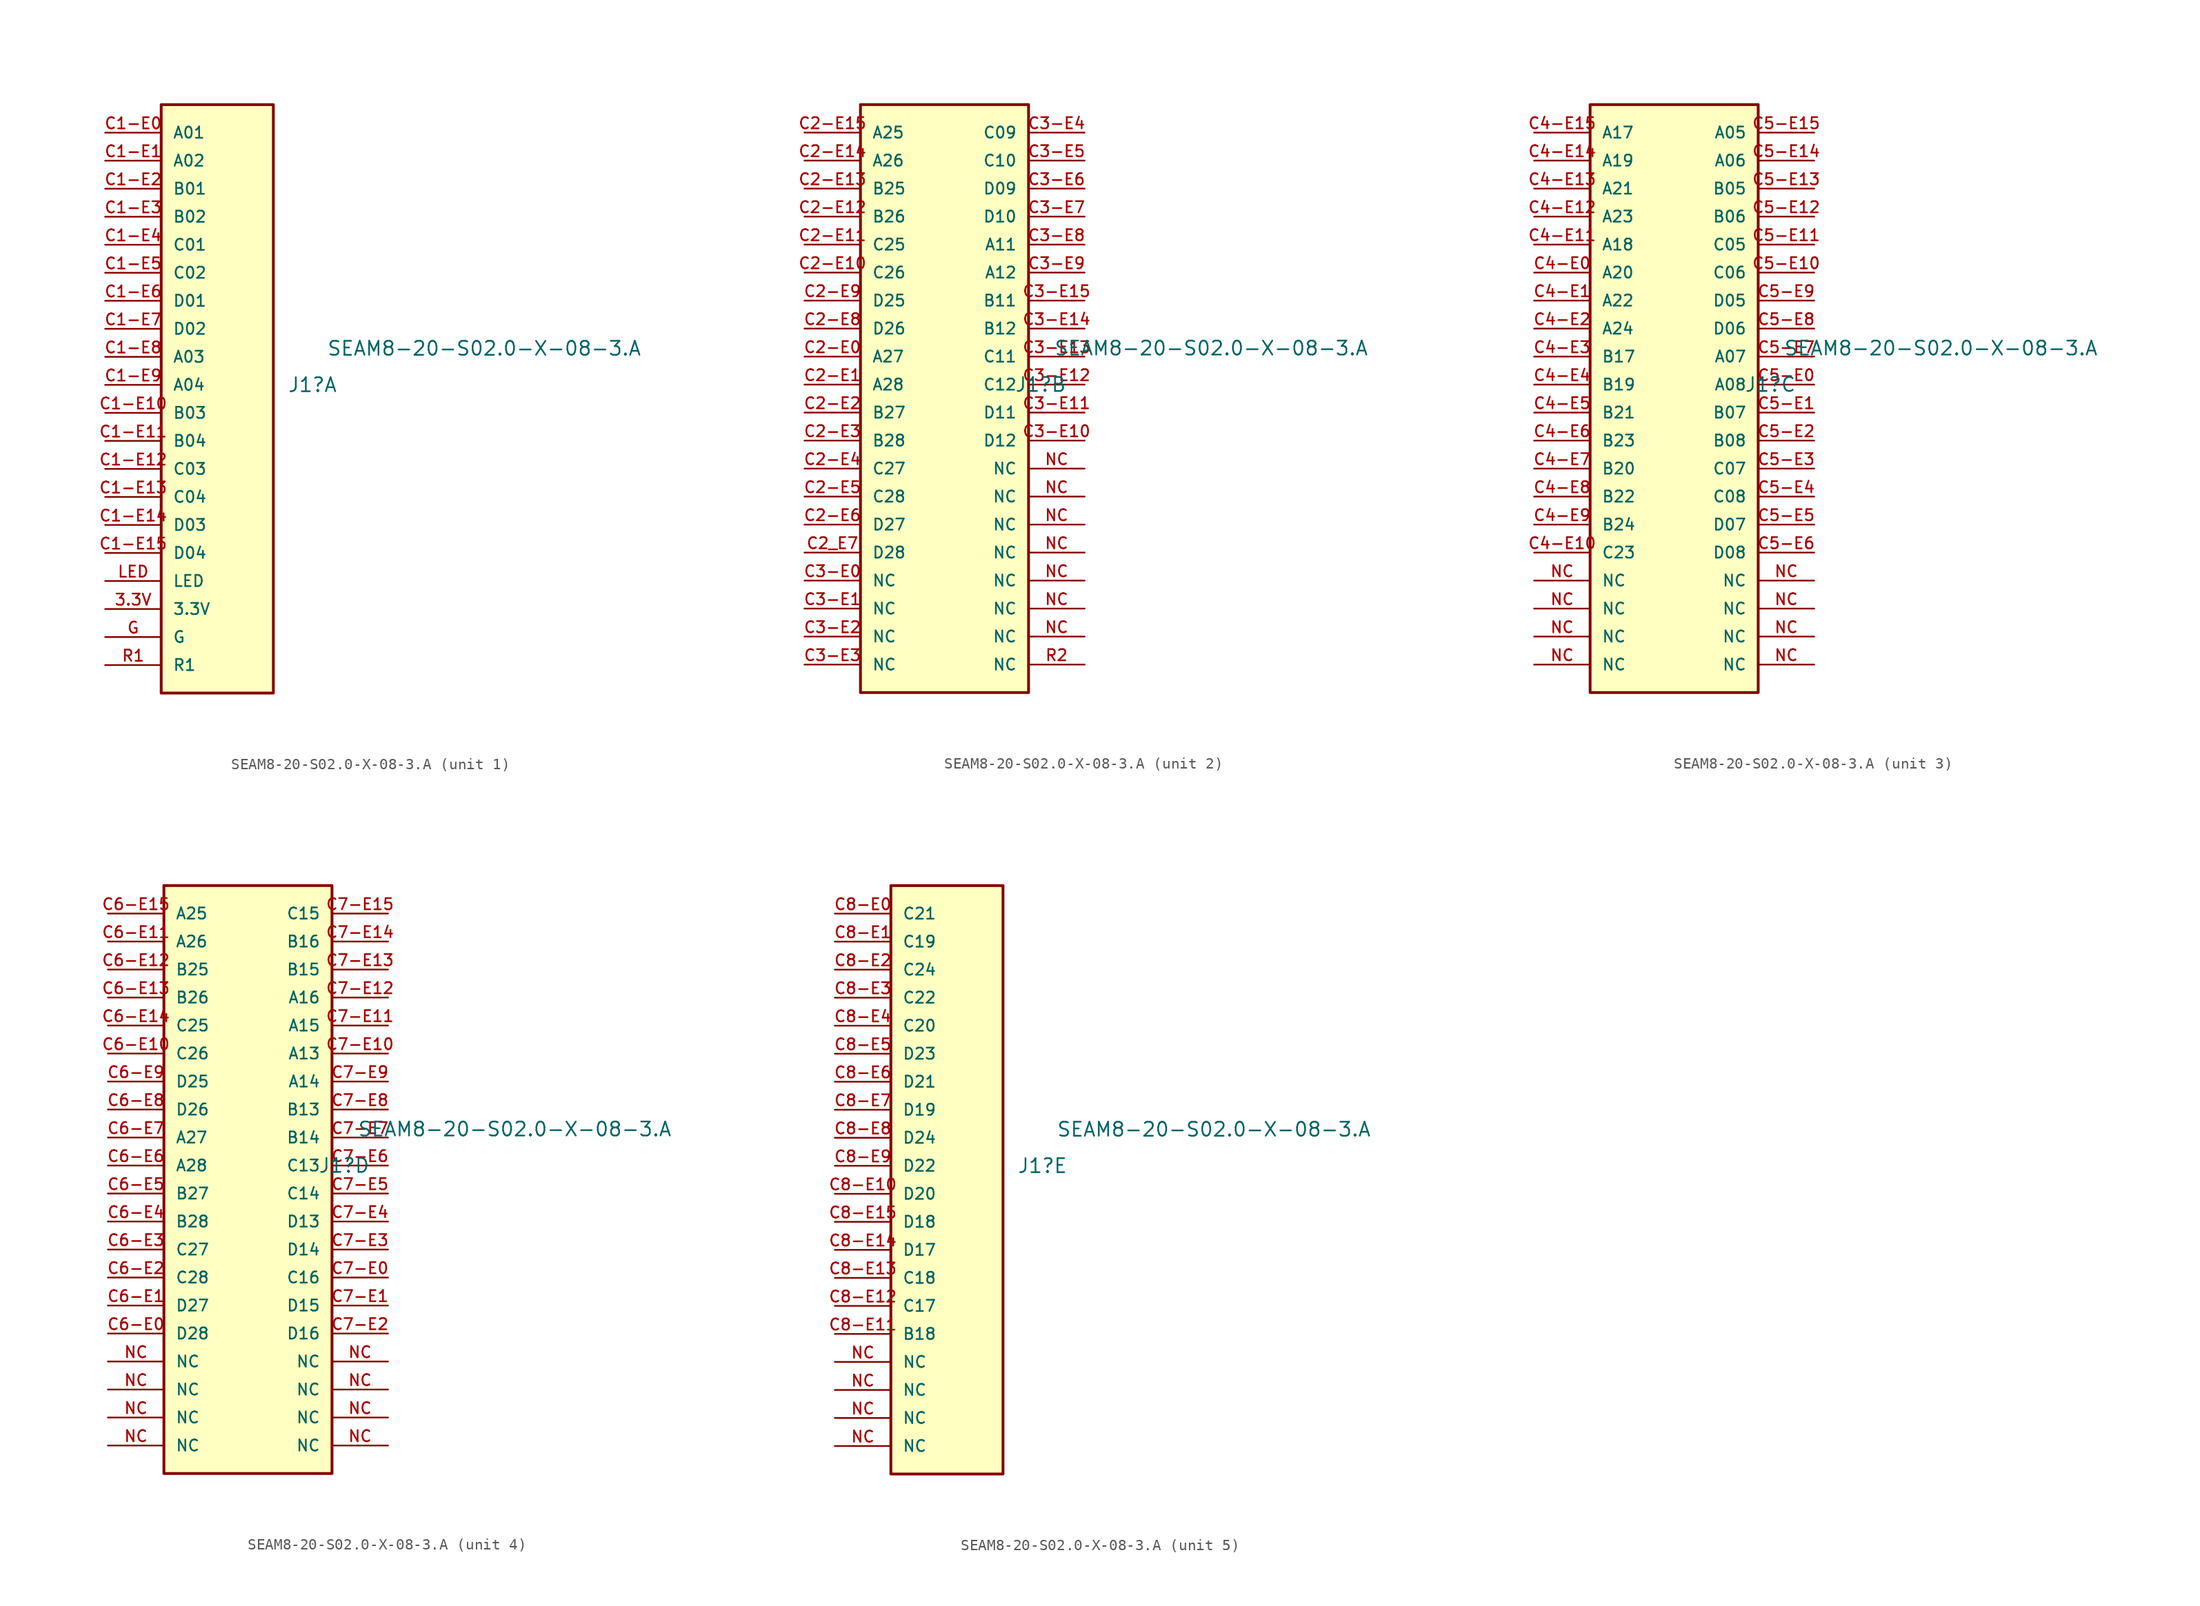
<source format=kicad_sym>
(kicad_symbol_lib
  (version 20241209)
  (generator "kicad_symbol_editor")
  (generator_version "9.0")
  (symbol "SEAM8-20-S02.0-X-08-3.A"
    (pin_names
      (offset 1.016))
    (property "Reference" "J1"
      (at 6.35 2.54 0)
      (effects (font (size 1.27 1.27)) (justify left)))
    (property "Value" "SEAM8-20-S02.0-X-08-3.A"
      (at 9.906 5.842 0)
      (effects (font (size 1.27 1.27)) (justify left)))
    (symbol "SEAM8-20-S02.0-X-08-3.A_1_0"
      (rectangle (start -5.08 27.94) (end 5.08 -25.4) (stroke (width 0.254) (type default)) (fill (type background)))
      (pin passive line (at -10.16 25.4 0) (length 5.08) (name "A01" (effects (font (size 1.016 1.016)))) (number "C1-E0" (effects (font (size 1.016 1.016)))))
      (pin passive line (at -10.16 22.86 0) (length 5.08) (name "A02" (effects (font (size 1.016 1.016)))) (number "C1-E1" (effects (font (size 1.016 1.016)))))
      (pin passive line (at -10.16 20.32 0) (length 5.08) (name "B01" (effects (font (size 1.016 1.016)))) (number "C1-E2" (effects (font (size 1.016 1.016)))))
      (pin passive line (at -10.16 17.78 0) (length 5.08) (name "B02" (effects (font (size 1.016 1.016)))) (number "C1-E3" (effects (font (size 1.016 1.016)))))
      (pin passive line (at -10.16 15.24 0) (length 5.08) (name "C01" (effects (font (size 1.016 1.016)))) (number "C1-E4" (effects (font (size 1.016 1.016)))))
      (pin passive line (at -10.16 12.7 0) (length 5.08) (name "C02" (effects (font (size 1.016 1.016)))) (number "C1-E5" (effects (font (size 1.016 1.016)))))
      (pin passive line (at -10.16 10.16 0) (length 5.08) (name "D01" (effects (font (size 1.016 1.016)))) (number "C1-E6" (effects (font (size 1.016 1.016)))))
      (pin passive line (at -10.16 7.62 0) (length 5.08) (name "D02" (effects (font (size 1.016 1.016)))) (number "C1-E7" (effects (font (size 1.016 1.016)))))
      (pin passive line (at -10.16 5.08 0) (length 5.08) (name "A03" (effects (font (size 1.016 1.016)))) (number "C1-E8" (effects (font (size 1.016 1.016)))))
      (pin passive line (at -10.16 2.54 0) (length 5.08) (name "A04" (effects (font (size 1.016 1.016)))) (number "C1-E9" (effects (font (size 1.016 1.016)))))
      (pin passive line (at -10.16 0 0) (length 5.08) (name "B03" (effects (font (size 1.016 1.016)))) (number "C1-E10" (effects (font (size 1.016 1.016)))))
      (pin passive line (at -10.16 -2.54 0) (length 5.08) (name "B04" (effects (font (size 1.016 1.016)))) (number "C1-E11" (effects (font (size 1.016 1.016)))))
      (pin passive line (at -10.16 -5.08 0) (length 5.08) (name "C03" (effects (font (size 1.016 1.016)))) (number "C1-E12" (effects (font (size 1.016 1.016)))))
      (pin passive line (at -10.16 -7.62 0) (length 5.08) (name "C04" (effects (font (size 1.016 1.016)))) (number "C1-E13" (effects (font (size 1.016 1.016)))))
      (pin passive line (at -10.16 -10.16 0) (length 5.08) (name "D03" (effects (font (size 1.016 1.016)))) (number "C1-E14" (effects (font (size 1.016 1.016)))))
      (pin passive line (at -10.16 -12.7 0) (length 5.08) (name "D04" (effects (font (size 1.016 1.016)))) (number "C1-E15" (effects (font (size 1.016 1.016)))))
      (pin passive line (at -10.16 -15.24 0) (length 5.08) (name "LED" (effects (font (size 1.016 1.016)))) (number "LED" (effects (font (size 1.016 1.016)))))
      (pin passive line (at -10.16 -17.78 0) (length 5.08) (name "3.3V" (effects (font (size 1.016 1.016)))) (number "3.3V" (effects (font (size 1.016 1.016)))))
      (pin passive line (at -10.16 -20.32 0) (length 5.08) (name "G" (effects (font (size 1.016 1.016)))) (number "G" (effects (font (size 1.016 1.016)))))
      (pin passive line (at -10.16 -22.86 0) (length 5.08) (name "R1" (effects (font (size 1.016 1.016)))) (number "R1" (effects (font (size 1.016 1.016))))))
    (symbol "SEAM8-20-S02.0-X-08-3.A_2_0"
      (rectangle (start -7.62 27.94) (end 7.62 -25.4) (stroke (width 0.254) (type default)) (fill (type background)))
      (pin passive line (at -12.7 25.4 0) (length 5.08) (name "A25" (effects (font (size 1.016 1.016)))) (number "C2-E15" (effects (font (size 1.016 1.016)))))
      (pin passive line (at -12.7 22.86 0) (length 5.08) (name "A26" (effects (font (size 1.016 1.016)))) (number "C2-E14" (effects (font (size 1.016 1.016)))))
      (pin passive line (at -12.7 20.32 0) (length 5.08) (name "B25" (effects (font (size 1.016 1.016)))) (number "C2-E13" (effects (font (size 1.016 1.016)))))
      (pin passive line (at -12.7 17.78 0) (length 5.08) (name "B26" (effects (font (size 1.016 1.016)))) (number "C2-E12" (effects (font (size 1.016 1.016)))))
      (pin passive line (at -12.7 15.24 0) (length 5.08) (name "C25" (effects (font (size 1.016 1.016)))) (number "C2-E11" (effects (font (size 1.016 1.016)))))
      (pin passive line (at -12.7 12.7 0) (length 5.08) (name "C26" (effects (font (size 1.016 1.016)))) (number "C2-E10" (effects (font (size 1.016 1.016)))))
      (pin passive line (at -12.7 10.16 0) (length 5.08) (name "D25" (effects (font (size 1.016 1.016)))) (number "C2-E9" (effects (font (size 1.016 1.016)))))
      (pin passive line (at -12.7 7.62 0) (length 5.08) (name "D26" (effects (font (size 1.016 1.016)))) (number "C2-E8" (effects (font (size 1.016 1.016)))))
      (pin passive line (at -12.7 5.08 0) (length 5.08) (name "A27" (effects (font (size 1.016 1.016)))) (number "C2-E0" (effects (font (size 1.016 1.016)))))
      (pin passive line (at -12.7 2.54 0) (length 5.08) (name "A28" (effects (font (size 1.016 1.016)))) (number "C2-E1" (effects (font (size 1.016 1.016)))))
      (pin passive line (at -12.7 0 0) (length 5.08) (name "B27" (effects (font (size 1.016 1.016)))) (number "C2-E2" (effects (font (size 1.016 1.016)))))
      (pin passive line (at -12.7 -2.54 0) (length 5.08) (name "B28" (effects (font (size 1.016 1.016)))) (number "C2-E3" (effects (font (size 1.016 1.016)))))
      (pin passive line (at -12.7 -5.08 0) (length 5.08) (name "C27" (effects (font (size 1.016 1.016)))) (number "C2-E4" (effects (font (size 1.016 1.016)))))
      (pin passive line (at -12.7 -7.62 0) (length 5.08) (name "C28" (effects (font (size 1.016 1.016)))) (number "C2-E5" (effects (font (size 1.016 1.016)))))
      (pin passive line (at -12.7 -10.16 0) (length 5.08) (name "D27" (effects (font (size 1.016 1.016)))) (number "C2-E6" (effects (font (size 1.016 1.016)))))
      (pin passive line (at -12.7 -12.7 0) (length 5.08) (name "D28" (effects (font (size 1.016 1.016)))) (number "C2_E7" (effects (font (size 1.016 1.016)))))
      (pin passive line (at -12.7 -15.24 0) (length 5.08) (name "NC" (effects (font (size 1.016 1.016)))) (number "C3-E0" (effects (font (size 1.016 1.016)))))
      (pin passive line (at -12.7 -17.78 0) (length 5.08) (name "NC" (effects (font (size 1.016 1.016)))) (number "C3-E1" (effects (font (size 1.016 1.016)))))
      (pin passive line (at -12.7 -20.32 0) (length 5.08) (name "NC" (effects (font (size 1.016 1.016)))) (number "C3-E2" (effects (font (size 1.016 1.016)))))
      (pin passive line (at -12.7 -22.86 0) (length 5.08) (name "NC" (effects (font (size 1.016 1.016)))) (number "C3-E3" (effects (font (size 1.016 1.016)))))
      (pin passive line (at 12.7 25.4 180) (length 5.08) (name "C09" (effects (font (size 1.016 1.016)))) (number "C3-E4" (effects (font (size 1.016 1.016)))))
      (pin passive line (at 12.7 22.86 180) (length 5.08) (name "C10" (effects (font (size 1.016 1.016)))) (number "C3-E5" (effects (font (size 1.016 1.016)))))
      (pin passive line (at 12.7 20.32 180) (length 5.08) (name "D09" (effects (font (size 1.016 1.016)))) (number "C3-E6" (effects (font (size 1.016 1.016)))))
      (pin passive line (at 12.7 17.78 180) (length 5.08) (name "D10" (effects (font (size 1.016 1.016)))) (number "C3-E7" (effects (font (size 1.016 1.016)))))
      (pin passive line (at 12.7 15.24 180) (length 5.08) (name "A11" (effects (font (size 1.016 1.016)))) (number "C3-E8" (effects (font (size 1.016 1.016)))))
      (pin passive line (at 12.7 12.7 180) (length 5.08) (name "A12" (effects (font (size 1.016 1.016)))) (number "C3-E9" (effects (font (size 1.016 1.016)))))
      (pin passive line (at 12.7 10.16 180) (length 5.08) (name "B11" (effects (font (size 1.016 1.016)))) (number "C3-E15" (effects (font (size 1.016 1.016)))))
      (pin passive line (at 12.7 7.62 180) (length 5.08) (name "B12" (effects (font (size 1.016 1.016)))) (number "C3-E14" (effects (font (size 1.016 1.016)))))
      (pin passive line (at 12.7 5.08 180) (length 5.08) (name "C11" (effects (font (size 1.016 1.016)))) (number "C3-E13" (effects (font (size 1.016 1.016)))))
      (pin passive line (at 12.7 2.54 180) (length 5.08) (name "C12" (effects (font (size 1.016 1.016)))) (number "C3-E12" (effects (font (size 1.016 1.016)))))
      (pin passive line (at 12.7 0 180) (length 5.08) (name "D11" (effects (font (size 1.016 1.016)))) (number "C3-E11" (effects (font (size 1.016 1.016)))))
      (pin passive line (at 12.7 -2.54 180) (length 5.08) (name "D12" (effects (font (size 1.016 1.016)))) (number "C3-E10" (effects (font (size 1.016 1.016)))))
      (pin passive line (at 12.7 -5.08 180) (length 5.08) (name "NC" (effects (font (size 1.016 1.016)))) (number "NC" (effects (font (size 1.016 1.016)))))
      (pin passive line (at 12.7 -7.62 180) (length 5.08) (name "NC" (effects (font (size 1.016 1.016)))) (number "NC" (effects (font (size 1.016 1.016)))))
      (pin passive line (at 12.7 -10.16 180) (length 5.08) (name "NC" (effects (font (size 1.016 1.016)))) (number "NC" (effects (font (size 1.016 1.016)))))
      (pin passive line (at 12.7 -12.7 180) (length 5.08) (name "NC" (effects (font (size 1.016 1.016)))) (number "NC" (effects (font (size 1.016 1.016)))))
      (pin passive line (at 12.7 -15.24 180) (length 5.08) (name "NC" (effects (font (size 1.016 1.016)))) (number "NC" (effects (font (size 1.016 1.016)))))
      (pin passive line (at 12.7 -17.78 180) (length 5.08) (name "NC" (effects (font (size 1.016 1.016)))) (number "NC" (effects (font (size 1.016 1.016)))))
      (pin passive line (at 12.7 -20.32 180) (length 5.08) (name "NC" (effects (font (size 1.016 1.016)))) (number "NC" (effects (font (size 1.016 1.016)))))
      (pin passive line (at 12.7 -22.86 180) (length 5.08) (name "NC" (effects (font (size 1.016 1.016)))) (number "R2" (effects (font (size 1.016 1.016))))))
    (symbol "SEAM8-20-S02.0-X-08-3.A_3_0"
      (rectangle (start -7.62 27.94) (end 7.62 -25.4) (stroke (width 0.254) (type default)) (fill (type background)))
      (pin passive line (at -12.7 25.4 0) (length 5.08) (name "A17" (effects (font (size 1.016 1.016)))) (number "C4-E15" (effects (font (size 1.016 1.016)))))
      (pin passive line (at -12.7 22.86 0) (length 5.08) (name "A19" (effects (font (size 1.016 1.016)))) (number "C4-E14" (effects (font (size 1.016 1.016)))))
      (pin passive line (at -12.7 20.32 0) (length 5.08) (name "A21" (effects (font (size 1.016 1.016)))) (number "C4-E13" (effects (font (size 1.016 1.016)))))
      (pin passive line (at -12.7 17.78 0) (length 5.08) (name "A23" (effects (font (size 1.016 1.016)))) (number "C4-E12" (effects (font (size 1.016 1.016)))))
      (pin passive line (at -12.7 15.24 0) (length 5.08) (name "A18" (effects (font (size 1.016 1.016)))) (number "C4-E11" (effects (font (size 1.016 1.016)))))
      (pin passive line (at -12.7 12.7 0) (length 5.08) (name "A20" (effects (font (size 1.016 1.016)))) (number "C4-E0" (effects (font (size 1.016 1.016)))))
      (pin passive line (at -12.7 10.16 0) (length 5.08) (name "A22" (effects (font (size 1.016 1.016)))) (number "C4-E1" (effects (font (size 1.016 1.016)))))
      (pin passive line (at -12.7 7.62 0) (length 5.08) (name "A24" (effects (font (size 1.016 1.016)))) (number "C4-E2" (effects (font (size 1.016 1.016)))))
      (pin passive line (at -12.7 5.08 0) (length 5.08) (name "B17" (effects (font (size 1.016 1.016)))) (number "C4-E3" (effects (font (size 1.016 1.016)))))
      (pin passive line (at -12.7 2.54 0) (length 5.08) (name "B19" (effects (font (size 1.016 1.016)))) (number "C4-E4" (effects (font (size 1.016 1.016)))))
      (pin passive line (at -12.7 0 0) (length 5.08) (name "B21" (effects (font (size 1.016 1.016)))) (number "C4-E5" (effects (font (size 1.016 1.016)))))
      (pin passive line (at -12.7 -2.54 0) (length 5.08) (name "B23" (effects (font (size 1.016 1.016)))) (number "C4-E6" (effects (font (size 1.016 1.016)))))
      (pin passive line (at -12.7 -5.08 0) (length 5.08) (name "B20" (effects (font (size 1.016 1.016)))) (number "C4-E7" (effects (font (size 1.016 1.016)))))
      (pin passive line (at -12.7 -7.62 0) (length 5.08) (name "B22" (effects (font (size 1.016 1.016)))) (number "C4-E8" (effects (font (size 1.016 1.016)))))
      (pin passive line (at -12.7 -10.16 0) (length 5.08) (name "B24" (effects (font (size 1.016 1.016)))) (number "C4-E9" (effects (font (size 1.016 1.016)))))
      (pin passive line (at -12.7 -12.7 0) (length 5.08) (name "C23" (effects (font (size 1.016 1.016)))) (number "C4-E10" (effects (font (size 1.016 1.016)))))
      (pin passive line (at -12.7 -15.24 0) (length 5.08) (name "NC" (effects (font (size 1.016 1.016)))) (number "NC" (effects (font (size 1.016 1.016)))))
      (pin passive line (at -12.7 -17.78 0) (length 5.08) (name "NC" (effects (font (size 1.016 1.016)))) (number "NC" (effects (font (size 1.016 1.016)))))
      (pin passive line (at -12.7 -20.32 0) (length 5.08) (name "NC" (effects (font (size 1.016 1.016)))) (number "NC" (effects (font (size 1.016 1.016)))))
      (pin passive line (at -12.7 -22.86 0) (length 5.08) (name "NC" (effects (font (size 1.016 1.016)))) (number "NC" (effects (font (size 1.016 1.016)))))
      (pin passive line (at 12.7 25.4 180) (length 5.08) (name "A05" (effects (font (size 1.016 1.016)))) (number "C5-E15" (effects (font (size 1.016 1.016)))))
      (pin passive line (at 12.7 22.86 180) (length 5.08) (name "A06" (effects (font (size 1.016 1.016)))) (number "C5-E14" (effects (font (size 1.016 1.016)))))
      (pin passive line (at 12.7 20.32 180) (length 5.08) (name "B05" (effects (font (size 1.016 1.016)))) (number "C5-E13" (effects (font (size 1.016 1.016)))))
      (pin passive line (at 12.7 17.78 180) (length 5.08) (name "B06" (effects (font (size 1.016 1.016)))) (number "C5-E12" (effects (font (size 1.016 1.016)))))
      (pin passive line (at 12.7 15.24 180) (length 5.08) (name "C05" (effects (font (size 1.016 1.016)))) (number "C5-E11" (effects (font (size 1.016 1.016)))))
      (pin passive line (at 12.7 12.7 180) (length 5.08) (name "C06" (effects (font (size 1.016 1.016)))) (number "C5-E10" (effects (font (size 1.016 1.016)))))
      (pin passive line (at 12.7 10.16 180) (length 5.08) (name "D05" (effects (font (size 1.016 1.016)))) (number "C5-E9" (effects (font (size 1.016 1.016)))))
      (pin passive line (at 12.7 7.62 180) (length 5.08) (name "D06" (effects (font (size 1.016 1.016)))) (number "C5-E8" (effects (font (size 1.016 1.016)))))
      (pin passive line (at 12.7 5.08 180) (length 5.08) (name "A07" (effects (font (size 1.016 1.016)))) (number "C5-E7" (effects (font (size 1.016 1.016)))))
      (pin passive line (at 12.7 2.54 180) (length 5.08) (name "A08" (effects (font (size 1.016 1.016)))) (number "C5-E0" (effects (font (size 1.016 1.016)))))
      (pin passive line (at 12.7 0 180) (length 5.08) (name "B07" (effects (font (size 1.016 1.016)))) (number "C5-E1" (effects (font (size 1.016 1.016)))))
      (pin passive line (at 12.7 -2.54 180) (length 5.08) (name "B08" (effects (font (size 1.016 1.016)))) (number "C5-E2" (effects (font (size 1.016 1.016)))))
      (pin passive line (at 12.7 -5.08 180) (length 5.08) (name "C07" (effects (font (size 1.016 1.016)))) (number "C5-E3" (effects (font (size 1.016 1.016)))))
      (pin passive line (at 12.7 -7.62 180) (length 5.08) (name "C08" (effects (font (size 1.016 1.016)))) (number "C5-E4" (effects (font (size 1.016 1.016)))))
      (pin passive line (at 12.7 -10.16 180) (length 5.08) (name "D07" (effects (font (size 1.016 1.016)))) (number "C5-E5" (effects (font (size 1.016 1.016)))))
      (pin passive line (at 12.7 -12.7 180) (length 5.08) (name "D08" (effects (font (size 1.016 1.016)))) (number "C5-E6" (effects (font (size 1.016 1.016)))))
      (pin passive line (at 12.7 -15.24 180) (length 5.08) (name "NC" (effects (font (size 1.016 1.016)))) (number "NC" (effects (font (size 1.016 1.016)))))
      (pin passive line (at 12.7 -17.78 180) (length 5.08) (name "NC" (effects (font (size 1.016 1.016)))) (number "NC" (effects (font (size 1.016 1.016)))))
      (pin passive line (at 12.7 -20.32 180) (length 5.08) (name "NC" (effects (font (size 1.016 1.016)))) (number "NC" (effects (font (size 1.016 1.016)))))
      (pin passive line (at 12.7 -22.86 180) (length 5.08) (name "NC" (effects (font (size 1.016 1.016)))) (number "NC" (effects (font (size 1.016 1.016))))))
    (symbol "SEAM8-20-S02.0-X-08-3.A_4_0"
      (rectangle (start -7.62 27.94) (end 7.62 -25.4) (stroke (width 0.254) (type default)) (fill (type background)))
      (pin passive line (at -12.7 25.4 0) (length 5.08) (name "A25" (effects (font (size 1.016 1.016)))) (number "C6-E15" (effects (font (size 1.016 1.016)))))
      (pin passive line (at -12.7 22.86 0) (length 5.08) (name "A26" (effects (font (size 1.016 1.016)))) (number "C6-E11" (effects (font (size 1.016 1.016)))))
      (pin passive line (at -12.7 20.32 0) (length 5.08) (name "B25" (effects (font (size 1.016 1.016)))) (number "C6-E12" (effects (font (size 1.016 1.016)))))
      (pin passive line (at -12.7 17.78 0) (length 5.08) (name "B26" (effects (font (size 1.016 1.016)))) (number "C6-E13" (effects (font (size 1.016 1.016)))))
      (pin passive line (at -12.7 15.24 0) (length 5.08) (name "C25" (effects (font (size 1.016 1.016)))) (number "C6-E14" (effects (font (size 1.016 1.016)))))
      (pin passive line (at -12.7 12.7 0) (length 5.08) (name "C26" (effects (font (size 1.016 1.016)))) (number "C6-E10" (effects (font (size 1.016 1.016)))))
      (pin passive line (at -12.7 10.16 0) (length 5.08) (name "D25" (effects (font (size 1.016 1.016)))) (number "C6-E9" (effects (font (size 1.016 1.016)))))
      (pin passive line (at -12.7 7.62 0) (length 5.08) (name "D26" (effects (font (size 1.016 1.016)))) (number "C6-E8" (effects (font (size 1.016 1.016)))))
      (pin passive line (at -12.7 5.08 0) (length 5.08) (name "A27" (effects (font (size 1.016 1.016)))) (number "C6-E7" (effects (font (size 1.016 1.016)))))
      (pin passive line (at -12.7 2.54 0) (length 5.08) (name "A28" (effects (font (size 1.016 1.016)))) (number "C6-E6" (effects (font (size 1.016 1.016)))))
      (pin passive line (at -12.7 0 0) (length 5.08) (name "B27" (effects (font (size 1.016 1.016)))) (number "C6-E5" (effects (font (size 1.016 1.016)))))
      (pin passive line (at -12.7 -2.54 0) (length 5.08) (name "B28" (effects (font (size 1.016 1.016)))) (number "C6-E4" (effects (font (size 1.016 1.016)))))
      (pin passive line (at -12.7 -5.08 0) (length 5.08) (name "C27" (effects (font (size 1.016 1.016)))) (number "C6-E3" (effects (font (size 1.016 1.016)))))
      (pin passive line (at -12.7 -7.62 0) (length 5.08) (name "C28" (effects (font (size 1.016 1.016)))) (number "C6-E2" (effects (font (size 1.016 1.016)))))
      (pin passive line (at -12.7 -10.16 0) (length 5.08) (name "D27" (effects (font (size 1.016 1.016)))) (number "C6-E1" (effects (font (size 1.016 1.016)))))
      (pin passive line (at -12.7 -12.7 0) (length 5.08) (name "D28" (effects (font (size 1.016 1.016)))) (number "C6-E0" (effects (font (size 1.016 1.016)))))
      (pin passive line (at -12.7 -15.24 0) (length 5.08) (name "NC" (effects (font (size 1.016 1.016)))) (number "NC" (effects (font (size 1.016 1.016)))))
      (pin passive line (at -12.7 -17.78 0) (length 5.08) (name "NC" (effects (font (size 1.016 1.016)))) (number "NC" (effects (font (size 1.016 1.016)))))
      (pin passive line (at -12.7 -20.32 0) (length 5.08) (name "NC" (effects (font (size 1.016 1.016)))) (number "NC" (effects (font (size 1.016 1.016)))))
      (pin passive line (at -12.7 -22.86 0) (length 5.08) (name "NC" (effects (font (size 1.016 1.016)))) (number "NC" (effects (font (size 1.016 1.016)))))
      (pin passive line (at 12.7 25.4 180) (length 5.08) (name "C15" (effects (font (size 1.016 1.016)))) (number "C7-E15" (effects (font (size 1.016 1.016)))))
      (pin passive line (at 12.7 22.86 180) (length 5.08) (name "B16" (effects (font (size 1.016 1.016)))) (number "C7-E14" (effects (font (size 1.016 1.016)))))
      (pin passive line (at 12.7 20.32 180) (length 5.08) (name "B15" (effects (font (size 1.016 1.016)))) (number "C7-E13" (effects (font (size 1.016 1.016)))))
      (pin passive line (at 12.7 17.78 180) (length 5.08) (name "A16" (effects (font (size 1.016 1.016)))) (number "C7-E12" (effects (font (size 1.016 1.016)))))
      (pin passive line (at 12.7 15.24 180) (length 5.08) (name "A15" (effects (font (size 1.016 1.016)))) (number "C7-E11" (effects (font (size 1.016 1.016)))))
      (pin passive line (at 12.7 12.7 180) (length 5.08) (name "A13" (effects (font (size 1.016 1.016)))) (number "C7-E10" (effects (font (size 1.016 1.016)))))
      (pin passive line (at 12.7 10.16 180) (length 5.08) (name "A14" (effects (font (size 1.016 1.016)))) (number "C7-E9" (effects (font (size 1.016 1.016)))))
      (pin passive line (at 12.7 7.62 180) (length 5.08) (name "B13" (effects (font (size 1.016 1.016)))) (number "C7-E8" (effects (font (size 1.016 1.016)))))
      (pin passive line (at 12.7 5.08 180) (length 5.08) (name "B14" (effects (font (size 1.016 1.016)))) (number "C7-E7" (effects (font (size 1.016 1.016)))))
      (pin passive line (at 12.7 2.54 180) (length 5.08) (name "C13" (effects (font (size 1.016 1.016)))) (number "C7-E6" (effects (font (size 1.016 1.016)))))
      (pin passive line (at 12.7 0 180) (length 5.08) (name "C14" (effects (font (size 1.016 1.016)))) (number "C7-E5" (effects (font (size 1.016 1.016)))))
      (pin passive line (at 12.7 -2.54 180) (length 5.08) (name "D13" (effects (font (size 1.016 1.016)))) (number "C7-E4" (effects (font (size 1.016 1.016)))))
      (pin passive line (at 12.7 -5.08 180) (length 5.08) (name "D14" (effects (font (size 1.016 1.016)))) (number "C7-E3" (effects (font (size 1.016 1.016)))))
      (pin passive line (at 12.7 -7.62 180) (length 5.08) (name "C16" (effects (font (size 1.016 1.016)))) (number "C7-E0" (effects (font (size 1.016 1.016)))))
      (pin passive line (at 12.7 -10.16 180) (length 5.08) (name "D15" (effects (font (size 1.016 1.016)))) (number "C7-E1" (effects (font (size 1.016 1.016)))))
      (pin passive line (at 12.7 -12.7 180) (length 5.08) (name "D16" (effects (font (size 1.016 1.016)))) (number "C7-E2" (effects (font (size 1.016 1.016)))))
      (pin passive line (at 12.7 -15.24 180) (length 5.08) (name "NC" (effects (font (size 1.016 1.016)))) (number "NC" (effects (font (size 1.016 1.016)))))
      (pin passive line (at 12.7 -17.78 180) (length 5.08) (name "NC" (effects (font (size 1.016 1.016)))) (number "NC" (effects (font (size 1.016 1.016)))))
      (pin passive line (at 12.7 -20.32 180) (length 5.08) (name "NC" (effects (font (size 1.016 1.016)))) (number "NC" (effects (font (size 1.016 1.016)))))
      (pin passive line (at 12.7 -22.86 180) (length 5.08) (name "NC" (effects (font (size 1.016 1.016)))) (number "NC" (effects (font (size 1.016 1.016))))))
    (symbol "SEAM8-20-S02.0-X-08-3.A_5_0"
      (rectangle (start -5.08 -25.4) (end 5.08 27.94) (stroke (width 0.254) (type default)) (fill (type background)))
      (pin passive line (at -10.16 25.4 0) (length 5.08) (name "C21" (effects (font (size 1.016 1.016)))) (number "C8-E0" (effects (font (size 1.016 1.016)))))
      (pin passive line (at -10.16 22.86 0) (length 5.08) (name "C19" (effects (font (size 1.016 1.016)))) (number "C8-E1" (effects (font (size 1.016 1.016)))))
      (pin passive line (at -10.16 20.32 0) (length 5.08) (name "C24" (effects (font (size 1.016 1.016)))) (number "C8-E2" (effects (font (size 1.016 1.016)))))
      (pin passive line (at -10.16 17.78 0) (length 5.08) (name "C22" (effects (font (size 1.016 1.016)))) (number "C8-E3" (effects (font (size 1.016 1.016)))))
      (pin passive line (at -10.16 15.24 0) (length 5.08) (name "C20" (effects (font (size 1.016 1.016)))) (number "C8-E4" (effects (font (size 1.016 1.016)))))
      (pin passive line (at -10.16 12.7 0) (length 5.08) (name "D23" (effects (font (size 1.016 1.016)))) (number "C8-E5" (effects (font (size 1.016 1.016)))))
      (pin passive line (at -10.16 10.16 0) (length 5.08) (name "D21" (effects (font (size 1.016 1.016)))) (number "C8-E6" (effects (font (size 1.016 1.016)))))
      (pin passive line (at -10.16 7.62 0) (length 5.08) (name "D19" (effects (font (size 1.016 1.016)))) (number "C8-E7" (effects (font (size 1.016 1.016)))))
      (pin passive line (at -10.16 5.08 0) (length 5.08) (name "D24" (effects (font (size 1.016 1.016)))) (number "C8-E8" (effects (font (size 1.016 1.016)))))
      (pin passive line (at -10.16 2.54 0) (length 5.08) (name "D22" (effects (font (size 1.016 1.016)))) (number "C8-E9" (effects (font (size 1.016 1.016)))))
      (pin passive line (at -10.16 0 0) (length 5.08) (name "D20" (effects (font (size 1.016 1.016)))) (number "C8-E10" (effects (font (size 1.016 1.016)))))
      (pin passive line (at -10.16 -2.54 0) (length 5.08) (name "D18" (effects (font (size 1.016 1.016)))) (number "C8-E15" (effects (font (size 1.016 1.016)))))
      (pin passive line (at -10.16 -5.08 0) (length 5.08) (name "D17" (effects (font (size 1.016 1.016)))) (number "C8-E14" (effects (font (size 1.016 1.016)))))
      (pin passive line (at -10.16 -7.62 0) (length 5.08) (name "C18" (effects (font (size 1.016 1.016)))) (number "C8-E13" (effects (font (size 1.016 1.016)))))
      (pin passive line (at -10.16 -10.16 0) (length 5.08) (name "C17" (effects (font (size 1.016 1.016)))) (number "C8-E12" (effects (font (size 1.016 1.016)))))
      (pin passive line (at -10.16 -12.7 0) (length 5.08) (name "B18" (effects (font (size 1.016 1.016)))) (number "C8-E11" (effects (font (size 1.016 1.016)))))
      (pin passive line (at -10.16 -15.24 0) (length 5.08) (name "NC" (effects (font (size 1.016 1.016)))) (number "NC" (effects (font (size 1.016 1.016)))))
      (pin passive line (at -10.16 -17.78 0) (length 5.08) (name "NC" (effects (font (size 1.016 1.016)))) (number "NC" (effects (font (size 1.016 1.016)))))
      (pin passive line (at -10.16 -20.32 0) (length 5.08) (name "NC" (effects (font (size 1.016 1.016)))) (number "NC" (effects (font (size 1.016 1.016)))))
      (pin passive line (at -10.16 -22.86 0) (length 5.08) (name "NC" (effects (font (size 1.016 1.016)))) (number "NC" (effects (font (size 1.016 1.016))))))))
</source>
